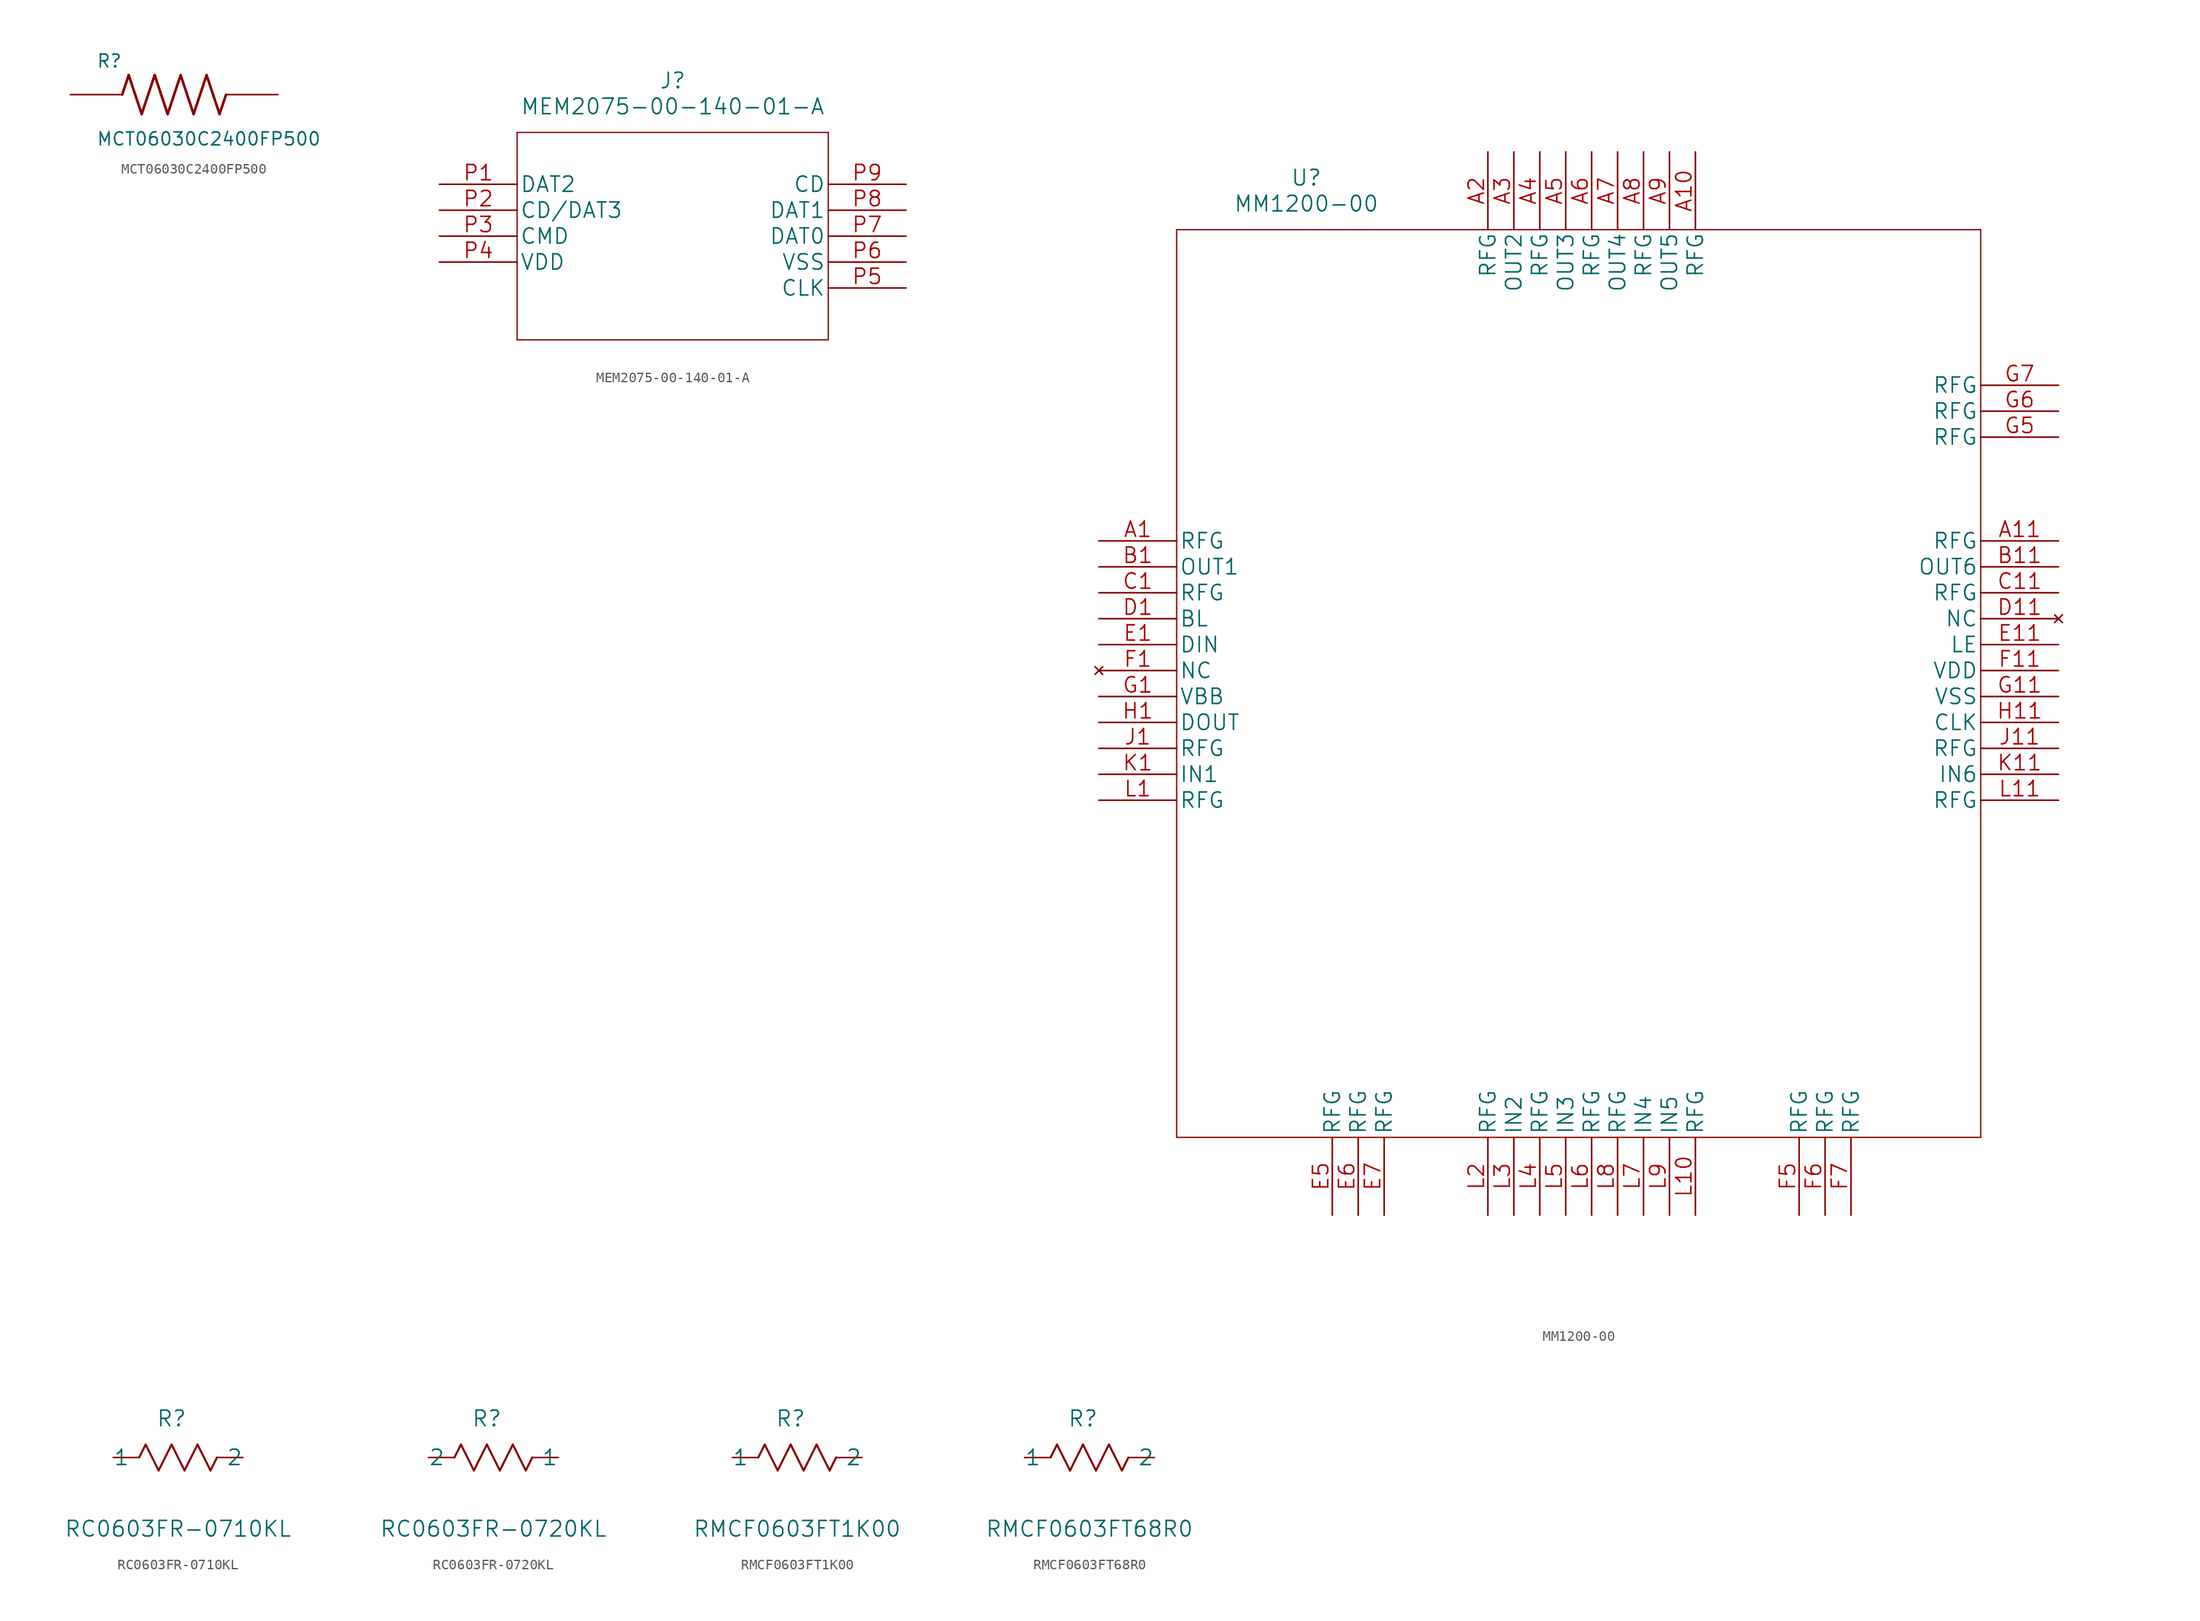
<source format=kicad_sym>
(kicad_symbol_lib
  (version 20211014)
  (generator kicad_symbol_editor)
  (symbol "MCT06030C2400FP500"
    (pin_numbers hide)
    (pin_names
      (offset 1.016) hide)
    (property "Reference" "R"
      (at -7.62 2.54 0)
      (effects (font (size 1.27 1.27)) (justify left bottom)))
    (property "Value" "MCT06030C2400FP500"
      (at -7.62 -5.08 0)
      (effects (font (size 1.27 1.27)) (justify left bottom)))
    (property "ki_locked" ""
      (at 0 0 0)
      (effects (font (size 1.27 1.27))))
    (symbol "MCT06030C2400FP500_0_0"
      (polyline (pts (xy -5.08 0) (xy -4.445 1.905)) (stroke (width 0.254) (type default) (color 0 0 0 0)) (fill (type none)))
      (polyline (pts (xy -4.445 1.905) (xy -3.175 -1.905)) (stroke (width 0.254) (type default) (color 0 0 0 0)) (fill (type none)))
      (polyline (pts (xy -3.175 -1.905) (xy -1.905 1.905)) (stroke (width 0.254) (type default) (color 0 0 0 0)) (fill (type none)))
      (polyline (pts (xy -1.905 1.905) (xy -0.635 -1.905)) (stroke (width 0.254) (type default) (color 0 0 0 0)) (fill (type none)))
      (polyline (pts (xy -0.635 -1.905) (xy 0.635 1.905)) (stroke (width 0.254) (type default) (color 0 0 0 0)) (fill (type none)))
      (polyline (pts (xy 0.635 1.905) (xy 1.905 -1.905)) (stroke (width 0.254) (type default) (color 0 0 0 0)) (fill (type none)))
      (polyline (pts (xy 1.905 -1.905) (xy 3.175 1.905)) (stroke (width 0.254) (type default) (color 0 0 0 0)) (fill (type none)))
      (polyline (pts (xy 3.175 1.905) (xy 4.445 -1.905)) (stroke (width 0.254) (type default) (color 0 0 0 0)) (fill (type none)))
      (polyline (pts (xy 4.445 -1.905) (xy 5.08 0)) (stroke (width 0.254) (type default) (color 0 0 0 0)) (fill (type none)))
      (pin passive line (at -10.16 0 0) (length 5.08) (name "~" (effects (font (size 1.016 1.016)))) (number "1" (effects (font (size 1.016 1.016)))))
      (pin passive line (at 10.16 0 180) (length 5.08) (name "~" (effects (font (size 1.016 1.016)))) (number "2" (effects (font (size 1.016 1.016)))))))
  (symbol "MEM2075-00-140-01-A"
    (pin_names
      (offset 0.254))
    (property "Reference" "J"
      (at 22.86 10.16 0)
      (effects (font (size 1.524 1.524))))
    (property "Value" "MEM2075-00-140-01-A"
      (at 22.86 7.62 0)
      (effects (font (size 1.524 1.524))))
    (property "Datasheet" ""
      (at 0 0 0)
      (effects (font (size 1.524 1.524))))
    (property "ki_locked" ""
      (at 0 0 0)
      (effects (font (size 1.27 1.27))))
    (symbol "MEM2075-00-140-01-A_1_1"
      (polyline (pts (xy 7.62 -15.24) (xy 38.1 -15.24)) (stroke (width 0.127) (type default) (color 0 0 0 0)) (fill (type none)))
      (polyline (pts (xy 7.62 5.08) (xy 7.62 -15.24)) (stroke (width 0.127) (type default) (color 0 0 0 0)) (fill (type none)))
      (polyline (pts (xy 38.1 -15.24) (xy 38.1 5.08)) (stroke (width 0.127) (type default) (color 0 0 0 0)) (fill (type none)))
      (polyline (pts (xy 38.1 5.08) (xy 7.62 5.08)) (stroke (width 0.127) (type default) (color 0 0 0 0)) (fill (type none)))
      (pin bidirectional line (at 0 0 0) (length 7.62) (name "DAT2" (effects (font (size 1.499 1.499)))) (number "P1" (effects (font (size 1.499 1.499)))))
      (pin unspecified line (at 0 -2.54 0) (length 7.62) (name "CD/DAT3" (effects (font (size 1.499 1.499)))) (number "P2" (effects (font (size 1.499 1.499)))))
      (pin unspecified line (at 0 -5.08 0) (length 7.62) (name "CMD" (effects (font (size 1.499 1.499)))) (number "P3" (effects (font (size 1.499 1.499)))))
      (pin power_in line (at 0 -7.62 0) (length 7.62) (name "VDD" (effects (font (size 1.499 1.499)))) (number "P4" (effects (font (size 1.499 1.499)))))
      (pin unspecified line (at 45.72 -10.16 180) (length 7.62) (name "CLK" (effects (font (size 1.499 1.499)))) (number "P5" (effects (font (size 1.499 1.499)))))
      (pin power_in line (at 45.72 -7.62 180) (length 7.62) (name "VSS" (effects (font (size 1.499 1.499)))) (number "P6" (effects (font (size 1.499 1.499)))))
      (pin bidirectional line (at 45.72 -5.08 180) (length 7.62) (name "DAT0" (effects (font (size 1.499 1.499)))) (number "P7" (effects (font (size 1.499 1.499)))))
      (pin bidirectional line (at 45.72 -2.54 180) (length 7.62) (name "DAT1" (effects (font (size 1.499 1.499)))) (number "P8" (effects (font (size 1.499 1.499)))))
      (pin unspecified line (at 45.72 0 180) (length 7.62) (name "CD" (effects (font (size 1.499 1.499)))) (number "P9" (effects (font (size 1.499 1.499)))))))
  (symbol "MM1200-00"
    (pin_names
      (offset 0.254))
    (property "Reference" "U"
      (at 20.32 35.56 0)
      (effects (font (size 1.524 1.524))))
    (property "Value" "MM1200-00"
      (at 20.32 33.02 0)
      (effects (font (size 1.524 1.524))))
    (property "Datasheet" ""
      (at 0 0 0)
      (effects (font (size 1.524 1.524))))
    (property "ki_locked" ""
      (at 0 0 0)
      (effects (font (size 1.27 1.27))))
    (symbol "MM1200-00_1_1"
      (polyline (pts (xy 7.62 -58.42) (xy 86.36 -58.42)) (stroke (width 0.127) (type default) (color 0 0 0 0)) (fill (type none)))
      (polyline (pts (xy 7.62 30.48) (xy 7.62 -58.42)) (stroke (width 0.127) (type default) (color 0 0 0 0)) (fill (type none)))
      (polyline (pts (xy 86.36 -58.42) (xy 86.36 30.48)) (stroke (width 0.127) (type default) (color 0 0 0 0)) (fill (type none)))
      (polyline (pts (xy 86.36 30.48) (xy 7.62 30.48)) (stroke (width 0.127) (type default) (color 0 0 0 0)) (fill (type none)))
      (pin power_in line (at 0 0 0) (length 7.62) (name "RFG" (effects (font (size 1.499 1.499)))) (number "A1" (effects (font (size 1.499 1.499)))))
      (pin power_in line (at 58.42 38.1 270) (length 7.62) (name "RFG" (effects (font (size 1.499 1.499)))) (number "A10" (effects (font (size 1.499 1.499)))))
      (pin power_in line (at 93.98 0 180) (length 7.62) (name "RFG" (effects (font (size 1.499 1.499)))) (number "A11" (effects (font (size 1.499 1.499)))))
      (pin power_in line (at 38.1 38.1 270) (length 7.62) (name "RFG" (effects (font (size 1.499 1.499)))) (number "A2" (effects (font (size 1.499 1.499)))))
      (pin output line (at 40.64 38.1 270) (length 7.62) (name "OUT2" (effects (font (size 1.499 1.499)))) (number "A3" (effects (font (size 1.499 1.499)))))
      (pin power_in line (at 43.18 38.1 270) (length 7.62) (name "RFG" (effects (font (size 1.499 1.499)))) (number "A4" (effects (font (size 1.499 1.499)))))
      (pin output line (at 45.72 38.1 270) (length 7.62) (name "OUT3" (effects (font (size 1.499 1.499)))) (number "A5" (effects (font (size 1.499 1.499)))))
      (pin power_in line (at 48.26 38.1 270) (length 7.62) (name "RFG" (effects (font (size 1.499 1.499)))) (number "A6" (effects (font (size 1.499 1.499)))))
      (pin output line (at 50.8 38.1 270) (length 7.62) (name "OUT4" (effects (font (size 1.499 1.499)))) (number "A7" (effects (font (size 1.499 1.499)))))
      (pin power_in line (at 53.34 38.1 270) (length 7.62) (name "RFG" (effects (font (size 1.499 1.499)))) (number "A8" (effects (font (size 1.499 1.499)))))
      (pin output line (at 55.88 38.1 270) (length 7.62) (name "OUT5" (effects (font (size 1.499 1.499)))) (number "A9" (effects (font (size 1.499 1.499)))))
      (pin output line (at 0 -2.54 0) (length 7.62) (name "OUT1" (effects (font (size 1.499 1.499)))) (number "B1" (effects (font (size 1.499 1.499)))))
      (pin output line (at 93.98 -2.54 180) (length 7.62) (name "OUT6" (effects (font (size 1.499 1.499)))) (number "B11" (effects (font (size 1.499 1.499)))))
      (pin power_in line (at 0 -5.08 0) (length 7.62) (name "RFG" (effects (font (size 1.499 1.499)))) (number "C1" (effects (font (size 1.499 1.499)))))
      (pin power_in line (at 93.98 -5.08 180) (length 7.62) (name "RFG" (effects (font (size 1.499 1.499)))) (number "C11" (effects (font (size 1.499 1.499)))))
      (pin unspecified line (at 0 -7.62 0) (length 7.62) (name "BL" (effects (font (size 1.499 1.499)))) (number "D1" (effects (font (size 1.499 1.499)))))
      (pin no_connect line (at 93.98 -7.62 180) (length 7.62) (name "NC" (effects (font (size 1.499 1.499)))) (number "D11" (effects (font (size 1.499 1.499)))))
      (pin input line (at 0 -10.16 0) (length 7.62) (name "DIN" (effects (font (size 1.499 1.499)))) (number "E1" (effects (font (size 1.499 1.499)))))
      (pin input line (at 93.98 -10.16 180) (length 7.62) (name "LE" (effects (font (size 1.499 1.499)))) (number "E11" (effects (font (size 1.499 1.499)))))
      (pin power_in line (at 22.86 -66.04 90) (length 7.62) (name "RFG" (effects (font (size 1.499 1.499)))) (number "E5" (effects (font (size 1.499 1.499)))))
      (pin power_in line (at 25.4 -66.04 90) (length 7.62) (name "RFG" (effects (font (size 1.499 1.499)))) (number "E6" (effects (font (size 1.499 1.499)))))
      (pin power_in line (at 27.94 -66.04 90) (length 7.62) (name "RFG" (effects (font (size 1.499 1.499)))) (number "E7" (effects (font (size 1.499 1.499)))))
      (pin no_connect line (at 0 -12.7 0) (length 7.62) (name "NC" (effects (font (size 1.499 1.499)))) (number "F1" (effects (font (size 1.499 1.499)))))
      (pin power_in line (at 93.98 -12.7 180) (length 7.62) (name "VDD" (effects (font (size 1.499 1.499)))) (number "F11" (effects (font (size 1.499 1.499)))))
      (pin power_in line (at 68.58 -66.04 90) (length 7.62) (name "RFG" (effects (font (size 1.499 1.499)))) (number "F5" (effects (font (size 1.499 1.499)))))
      (pin power_in line (at 71.12 -66.04 90) (length 7.62) (name "RFG" (effects (font (size 1.499 1.499)))) (number "F6" (effects (font (size 1.499 1.499)))))
      (pin power_in line (at 73.66 -66.04 90) (length 7.62) (name "RFG" (effects (font (size 1.499 1.499)))) (number "F7" (effects (font (size 1.499 1.499)))))
      (pin power_in line (at 0 -15.24 0) (length 7.62) (name "VBB" (effects (font (size 1.499 1.499)))) (number "G1" (effects (font (size 1.499 1.499)))))
      (pin power_in line (at 93.98 -15.24 180) (length 7.62) (name "VSS" (effects (font (size 1.499 1.499)))) (number "G11" (effects (font (size 1.499 1.499)))))
      (pin power_in line (at 93.98 10.16 180) (length 7.62) (name "RFG" (effects (font (size 1.499 1.499)))) (number "G5" (effects (font (size 1.499 1.499)))))
      (pin power_in line (at 93.98 12.7 180) (length 7.62) (name "RFG" (effects (font (size 1.499 1.499)))) (number "G6" (effects (font (size 1.499 1.499)))))
      (pin power_in line (at 93.98 15.24 180) (length 7.62) (name "RFG" (effects (font (size 1.499 1.499)))) (number "G7" (effects (font (size 1.499 1.499)))))
      (pin output line (at 0 -17.78 0) (length 7.62) (name "DOUT" (effects (font (size 1.499 1.499)))) (number "H1" (effects (font (size 1.499 1.499)))))
      (pin input line (at 93.98 -17.78 180) (length 7.62) (name "CLK" (effects (font (size 1.499 1.499)))) (number "H11" (effects (font (size 1.499 1.499)))))
      (pin power_in line (at 0 -20.32 0) (length 7.62) (name "RFG" (effects (font (size 1.499 1.499)))) (number "J1" (effects (font (size 1.499 1.499)))))
      (pin power_in line (at 93.98 -20.32 180) (length 7.62) (name "RFG" (effects (font (size 1.499 1.499)))) (number "J11" (effects (font (size 1.499 1.499)))))
      (pin input line (at 0 -22.86 0) (length 7.62) (name "IN1" (effects (font (size 1.499 1.499)))) (number "K1" (effects (font (size 1.499 1.499)))))
      (pin input line (at 93.98 -22.86 180) (length 7.62) (name "IN6" (effects (font (size 1.499 1.499)))) (number "K11" (effects (font (size 1.499 1.499)))))
      (pin power_in line (at 0 -25.4 0) (length 7.62) (name "RFG" (effects (font (size 1.499 1.499)))) (number "L1" (effects (font (size 1.499 1.499)))))
      (pin power_in line (at 58.42 -66.04 90) (length 7.62) (name "RFG" (effects (font (size 1.499 1.499)))) (number "L10" (effects (font (size 1.499 1.499)))))
      (pin power_in line (at 93.98 -25.4 180) (length 7.62) (name "RFG" (effects (font (size 1.499 1.499)))) (number "L11" (effects (font (size 1.499 1.499)))))
      (pin power_in line (at 38.1 -66.04 90) (length 7.62) (name "RFG" (effects (font (size 1.499 1.499)))) (number "L2" (effects (font (size 1.499 1.499)))))
      (pin input line (at 40.64 -66.04 90) (length 7.62) (name "IN2" (effects (font (size 1.499 1.499)))) (number "L3" (effects (font (size 1.499 1.499)))))
      (pin power_in line (at 43.18 -66.04 90) (length 7.62) (name "RFG" (effects (font (size 1.499 1.499)))) (number "L4" (effects (font (size 1.499 1.499)))))
      (pin input line (at 45.72 -66.04 90) (length 7.62) (name "IN3" (effects (font (size 1.499 1.499)))) (number "L5" (effects (font (size 1.499 1.499)))))
      (pin power_in line (at 48.26 -66.04 90) (length 7.62) (name "RFG" (effects (font (size 1.499 1.499)))) (number "L6" (effects (font (size 1.499 1.499)))))
      (pin input line (at 53.34 -66.04 90) (length 7.62) (name "IN4" (effects (font (size 1.499 1.499)))) (number "L7" (effects (font (size 1.499 1.499)))))
      (pin power_in line (at 50.8 -66.04 90) (length 7.62) (name "RFG" (effects (font (size 1.499 1.499)))) (number "L8" (effects (font (size 1.499 1.499)))))
      (pin input line (at 55.88 -66.04 90) (length 7.62) (name "IN5" (effects (font (size 1.499 1.499)))) (number "L9" (effects (font (size 1.499 1.499)))))))
  (symbol "RC0603FR-0710KL"
    (pin_numbers hide)
    (pin_names
      (offset -2.54))
    (property "Reference" "R"
      (at 5.715 3.81 0)
      (effects (font (size 1.524 1.524))))
    (property "Value" "RC0603FR-0710KL"
      (at 6.35 -6.985 0)
      (effects (font (size 1.524 1.524))))
    (property "Datasheet" ""
      (at 0 0 0)
      (effects (font (size 1.524 1.524))))
    (property "ki_locked" ""
      (at 0 0 0)
      (effects (font (size 1.27 1.27))))
    (symbol "RC0603FR-0710KL_1_1"
      (polyline (pts (xy 2.54 0) (xy 3.175 1.27)) (stroke (width 0.203) (type default) (color 0 0 0 0)) (fill (type none)))
      (polyline (pts (xy 3.175 1.27) (xy 4.445 -1.27)) (stroke (width 0.203) (type default) (color 0 0 0 0)) (fill (type none)))
      (polyline (pts (xy 4.445 -1.27) (xy 5.715 1.27)) (stroke (width 0.203) (type default) (color 0 0 0 0)) (fill (type none)))
      (polyline (pts (xy 5.715 1.27) (xy 6.985 -1.27)) (stroke (width 0.203) (type default) (color 0 0 0 0)) (fill (type none)))
      (polyline (pts (xy 6.985 -1.27) (xy 8.255 1.27)) (stroke (width 0.203) (type default) (color 0 0 0 0)) (fill (type none)))
      (polyline (pts (xy 8.255 1.27) (xy 9.525 -1.27)) (stroke (width 0.203) (type default) (color 0 0 0 0)) (fill (type none)))
      (polyline (pts (xy 9.525 -1.27) (xy 10.16 0)) (stroke (width 0.203) (type default) (color 0 0 0 0)) (fill (type none)))
      (pin unspecified line (at 0 0 0) (length 2.54) (name "1" (effects (font (size 1.499 1.499)))) (number "1" (effects (font (size 1.499 1.499)))))
      (pin unspecified line (at 12.7 0 180) (length 2.54) (name "2" (effects (font (size 1.499 1.499)))) (number "2" (effects (font (size 1.499 1.499)))))))
  (symbol "RC0603FR-0720KL"
    (pin_numbers hide)
    (pin_names
      (offset -2.54))
    (property "Reference" "R"
      (at 5.715 3.81 0)
      (effects (font (size 1.524 1.524))))
    (property "Value" "RC0603FR-0720KL"
      (at 6.35 -6.985 0)
      (effects (font (size 1.524 1.524))))
    (property "Datasheet" ""
      (at 0 0 0)
      (effects (font (size 1.524 1.524))))
    (property "ki_locked" ""
      (at 0 0 0)
      (effects (font (size 1.27 1.27))))
    (symbol "RC0603FR-0720KL_1_1"
      (polyline (pts (xy 2.54 0) (xy 3.175 1.27)) (stroke (width 0.203) (type default) (color 0 0 0 0)) (fill (type none)))
      (polyline (pts (xy 3.175 1.27) (xy 4.445 -1.27)) (stroke (width 0.203) (type default) (color 0 0 0 0)) (fill (type none)))
      (polyline (pts (xy 4.445 -1.27) (xy 5.715 1.27)) (stroke (width 0.203) (type default) (color 0 0 0 0)) (fill (type none)))
      (polyline (pts (xy 5.715 1.27) (xy 6.985 -1.27)) (stroke (width 0.203) (type default) (color 0 0 0 0)) (fill (type none)))
      (polyline (pts (xy 6.985 -1.27) (xy 8.255 1.27)) (stroke (width 0.203) (type default) (color 0 0 0 0)) (fill (type none)))
      (polyline (pts (xy 8.255 1.27) (xy 9.525 -1.27)) (stroke (width 0.203) (type default) (color 0 0 0 0)) (fill (type none)))
      (polyline (pts (xy 9.525 -1.27) (xy 10.16 0)) (stroke (width 0.203) (type default) (color 0 0 0 0)) (fill (type none)))
      (pin unspecified line (at 12.7 0 180) (length 2.54) (name "1" (effects (font (size 1.499 1.499)))) (number "1" (effects (font (size 1.499 1.499)))))
      (pin unspecified line (at 0 0 0) (length 2.54) (name "2" (effects (font (size 1.499 1.499)))) (number "2" (effects (font (size 1.499 1.499)))))))
  (symbol "RMCF0603FT1K00"
    (pin_numbers hide)
    (pin_names
      (offset -2.54))
    (property "Reference" "R"
      (at 5.715 3.81 0)
      (effects (font (size 1.524 1.524))))
    (property "Value" "RMCF0603FT1K00"
      (at 6.35 -6.985 0)
      (effects (font (size 1.524 1.524))))
    (property "Datasheet" ""
      (at 0 0 0)
      (effects (font (size 1.524 1.524))))
    (property "ki_locked" ""
      (at 0 0 0)
      (effects (font (size 1.27 1.27))))
    (symbol "RMCF0603FT1K00_1_1"
      (polyline (pts (xy 2.54 0) (xy 3.175 1.27)) (stroke (width 0.203) (type default) (color 0 0 0 0)) (fill (type none)))
      (polyline (pts (xy 3.175 1.27) (xy 4.445 -1.27)) (stroke (width 0.203) (type default) (color 0 0 0 0)) (fill (type none)))
      (polyline (pts (xy 4.445 -1.27) (xy 5.715 1.27)) (stroke (width 0.203) (type default) (color 0 0 0 0)) (fill (type none)))
      (polyline (pts (xy 5.715 1.27) (xy 6.985 -1.27)) (stroke (width 0.203) (type default) (color 0 0 0 0)) (fill (type none)))
      (polyline (pts (xy 6.985 -1.27) (xy 8.255 1.27)) (stroke (width 0.203) (type default) (color 0 0 0 0)) (fill (type none)))
      (polyline (pts (xy 8.255 1.27) (xy 9.525 -1.27)) (stroke (width 0.203) (type default) (color 0 0 0 0)) (fill (type none)))
      (polyline (pts (xy 9.525 -1.27) (xy 10.16 0)) (stroke (width 0.203) (type default) (color 0 0 0 0)) (fill (type none)))
      (pin unspecified line (at 0 0 0) (length 2.54) (name "1" (effects (font (size 1.499 1.499)))) (number "1" (effects (font (size 1.499 1.499)))))
      (pin unspecified line (at 12.7 0 180) (length 2.54) (name "2" (effects (font (size 1.499 1.499)))) (number "2" (effects (font (size 1.499 1.499)))))))
  (symbol "RMCF0603FT68R0"
    (pin_numbers hide)
    (pin_names
      (offset -2.54))
    (property "Reference" "R"
      (at 5.715 3.81 0)
      (effects (font (size 1.524 1.524))))
    (property "Value" "RMCF0603FT68R0"
      (at 6.35 -6.985 0)
      (effects (font (size 1.524 1.524))))
    (property "Datasheet" ""
      (at 0 0 0)
      (effects (font (size 1.524 1.524))))
    (property "ki_locked" ""
      (at 0 0 0)
      (effects (font (size 1.27 1.27))))
    (symbol "RMCF0603FT68R0_1_1"
      (polyline (pts (xy 2.54 0) (xy 3.175 1.27)) (stroke (width 0.203) (type default) (color 0 0 0 0)) (fill (type none)))
      (polyline (pts (xy 3.175 1.27) (xy 4.445 -1.27)) (stroke (width 0.203) (type default) (color 0 0 0 0)) (fill (type none)))
      (polyline (pts (xy 4.445 -1.27) (xy 5.715 1.27)) (stroke (width 0.203) (type default) (color 0 0 0 0)) (fill (type none)))
      (polyline (pts (xy 5.715 1.27) (xy 6.985 -1.27)) (stroke (width 0.203) (type default) (color 0 0 0 0)) (fill (type none)))
      (polyline (pts (xy 6.985 -1.27) (xy 8.255 1.27)) (stroke (width 0.203) (type default) (color 0 0 0 0)) (fill (type none)))
      (polyline (pts (xy 8.255 1.27) (xy 9.525 -1.27)) (stroke (width 0.203) (type default) (color 0 0 0 0)) (fill (type none)))
      (polyline (pts (xy 9.525 -1.27) (xy 10.16 0)) (stroke (width 0.203) (type default) (color 0 0 0 0)) (fill (type none)))
      (pin unspecified line (at 0 0 0) (length 2.54) (name "1" (effects (font (size 1.499 1.499)))) (number "1" (effects (font (size 1.499 1.499)))))
      (pin unspecified line (at 12.7 0 180) (length 2.54) (name "2" (effects (font (size 1.499 1.499)))) (number "2" (effects (font (size 1.499 1.499))))))))
</source>
